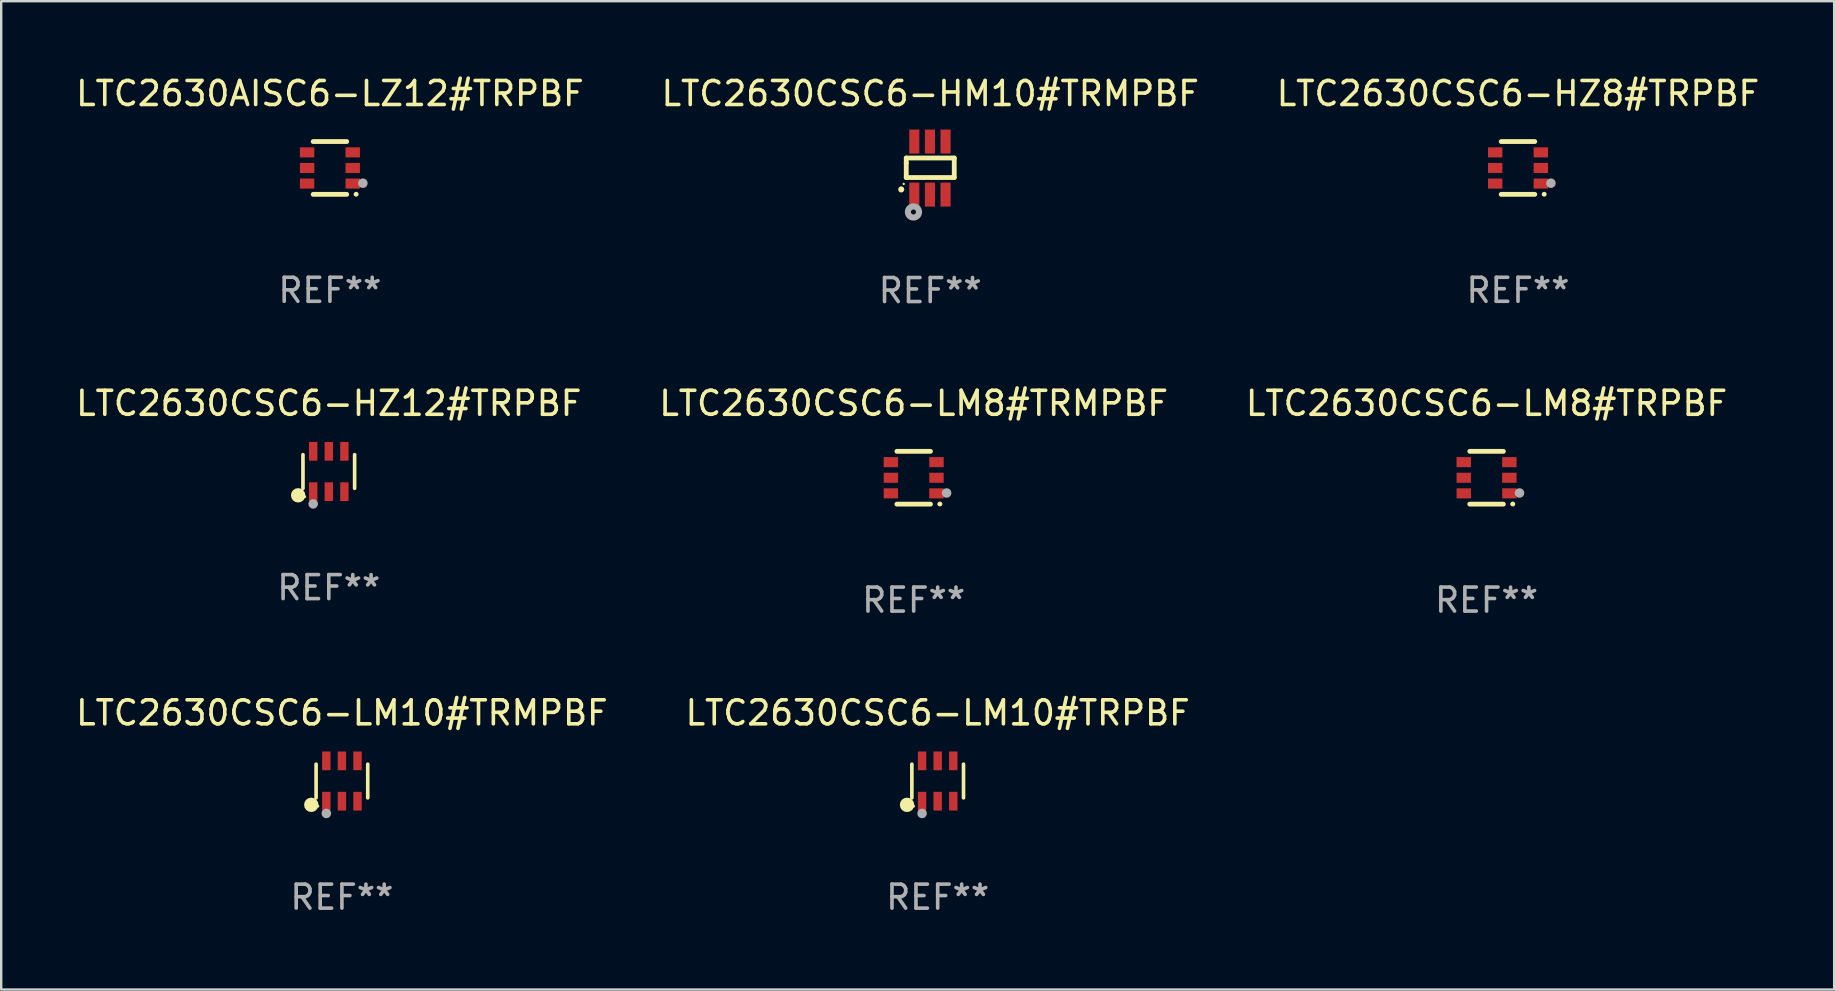
<source format=kicad_pcb>
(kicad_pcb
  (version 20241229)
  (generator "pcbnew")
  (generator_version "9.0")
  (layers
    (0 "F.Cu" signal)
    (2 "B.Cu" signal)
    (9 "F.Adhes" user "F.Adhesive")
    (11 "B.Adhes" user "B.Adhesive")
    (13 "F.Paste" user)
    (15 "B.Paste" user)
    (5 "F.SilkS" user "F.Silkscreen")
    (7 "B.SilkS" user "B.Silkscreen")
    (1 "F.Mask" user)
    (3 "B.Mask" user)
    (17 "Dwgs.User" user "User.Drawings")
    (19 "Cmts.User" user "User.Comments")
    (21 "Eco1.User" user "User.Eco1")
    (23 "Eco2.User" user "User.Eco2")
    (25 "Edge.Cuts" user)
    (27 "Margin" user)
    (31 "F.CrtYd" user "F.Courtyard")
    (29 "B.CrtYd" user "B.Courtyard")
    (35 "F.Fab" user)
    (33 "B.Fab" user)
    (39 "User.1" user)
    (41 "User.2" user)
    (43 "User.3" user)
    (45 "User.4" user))
  (footprint "LTC2630CSC6-HM10#TRMPBF"
    (layer "F.Cu")
    (at 35.708 3.953)
    (property "Reference" "LTC2630CSC6-HM10#TRMPBF" (at 0 -3.105 0) (layer "F.SilkS") (effects (font (size 1 1) (thickness 0.15))))
    (attr through_hole)
    (fp_line (start -1 -0.419) (end -1 -0.213) (stroke (width 0.2) (type solid)) (layer "F.SilkS"))
    (fp_line (start -1 -0.213) (end -1 0.393) (stroke (width 0.2) (type solid)) (layer "F.SilkS"))
    (fp_line (start -1 0.393) (end 1 0.393) (stroke (width 0.2) (type solid)) (layer "F.SilkS"))
    (fp_line (start 1 -0.419) (end -1 -0.419) (stroke (width 0.2) (type solid)) (layer "F.SilkS"))
    (fp_line (start 1 0.393) (end 1 -0.419) (stroke (width 0.2) (type solid)) (layer "F.SilkS"))
    (fp_arc (start -1.208509 0.890272) (mid -1.208515 0.889002) (end -1.208509 0.887732) (stroke (width 0.25) (type solid)) (layer "F.SilkS"))
    (fp_circle (center -1.105 0.66) (end -1.08 0.66) (stroke (width 0.05) (type solid)) (fill no) (layer "F.SilkS"))
    (fp_circle (center -0.699 1.829) (end -0.594 1.829) (stroke (width 0.254) (type solid)) (fill no) (layer "F.Fab"))
    (fp_text user "REF**" (at 0 5.105 0) (layer "F.Fab") (effects (font (size 1 1) (thickness 0.15))))
    (pad "1" smd rect (at -0.663 1.105) (size 0.42 1) (layers "F.Cu" "F.Mask" "F.Paste"))
    (pad "2" smd rect (at -0.013 1.105) (size 0.42 1) (layers "F.Cu" "F.Mask" "F.Paste"))
    (pad "3" smd rect (at 0.637 1.105) (size 0.42 1) (layers "F.Cu" "F.Mask" "F.Paste"))
    (pad "4" smd rect (at 0.637 -1.105 180) (size 0.42 1) (layers "F.Cu" "F.Mask" "F.Paste"))
    (pad "5" smd rect (at -0.013 -1.105 180) (size 0.42 1) (layers "F.Cu" "F.Mask" "F.Paste"))
    (pad "6" smd rect (at -0.663 -1.105 180) (size 0.42 1) (layers "F.Cu" "F.Mask" "F.Paste")))
  (footprint "LTC2630CSC6-LM10#TRMPBF"
    (layer "F.Cu")
    (at 11.196 29.491)
    (property "Reference" "LTC2630CSC6-LM10#TRMPBF" (at 0 -2.84 0) (layer "F.SilkS") (effects (font (size 1 1) (thickness 0.15))))
    (attr through_hole)
    (fp_line (start -1.076 0.701) (end -1.076 -0.701) (stroke (width 0.152) (type solid)) (layer "F.SilkS"))
    (fp_line (start 1.076 0.701) (end 1.076 -0.701) (stroke (width 0.152) (type solid)) (layer "F.SilkS"))
    (fp_circle (center -1.277 0.992) (end -1.127 0.992) (stroke (width 0.3) (type solid)) (fill no) (layer "F.SilkS"))
    (fp_circle (center -1 1.05) (end -0.97 1.05) (stroke (width 0.06) (type solid)) (fill no) (layer "F.SilkS"))
    (fp_circle (center -0.65 1.35) (end -0.55 1.35) (stroke (width 0.2) (type solid)) (fill no) (layer "F.Fab"))
    (fp_text user "REF**" (at 0 4.84 0) (layer "F.Fab") (effects (font (size 1 1) (thickness 0.15))))
    (pad "1" smd rect (at -0.65 0.84) (size 0.35 0.78) (layers "F.Cu" "F.Mask" "F.Paste"))
    (pad "2" smd rect (at 0 0.84) (size 0.35 0.78) (layers "F.Cu" "F.Mask" "F.Paste"))
    (pad "3" smd rect (at 0.65 0.84) (size 0.35 0.78) (layers "F.Cu" "F.Mask" "F.Paste"))
    (pad "4" smd rect (at 0.65 -0.84) (size 0.35 0.78) (layers "F.Cu" "F.Mask" "F.Paste"))
    (pad "5" smd rect (at 0 -0.84) (size 0.35 0.78) (layers "F.Cu" "F.Mask" "F.Paste"))
    (pad "6" smd rect (at -0.65 -0.84) (size 0.35 0.78) (layers "F.Cu" "F.Mask" "F.Paste")))
  (footprint "LTC2630AISC6-LZ12#TRPBF"
    (layer "F.Cu")
    (at 10.696 3.948)
    (property "Reference" "LTC2630AISC6-LZ12#TRPBF" (at 0 -3.1 0) (layer "F.SilkS") (effects (font (size 1 1) (thickness 0.15))))
    (attr through_hole)
    (fp_line (start -0.7 -1.1) (end 0.7 -1.1) (stroke (width 0.2) (type solid)) (layer "F.SilkS"))
    (fp_line (start -0.7 1.1) (end 0.7 1.1) (stroke (width 0.2) (type solid)) (layer "F.SilkS"))
    (fp_arc (start 1.090932 1.094209) (mid 1.092202 1.094203) (end 1.093472 1.094209) (stroke (width 0.2) (type solid)) (layer "F.SilkS"))
    (fp_circle (center 1.053 1.1) (end 1.083 1.1) (stroke (width 0.06) (type solid)) (fill no) (layer "F.SilkS"))
    (fp_circle (center 1.372 0.635) (end 1.472 0.635) (stroke (width 0.2) (type solid)) (fill no) (layer "F.Fab"))
    (fp_text user "REF**" (at 0 5.1 0) (layer "F.Fab") (effects (font (size 1 1) (thickness 0.15))))
    (pad "1" smd rect (at 0.95 0.65 90) (size 0.42 0.6) (layers "F.Cu" "F.Mask" "F.Paste"))
    (pad "2" smd rect (at 0.95 0 90) (size 0.42 0.6) (layers "F.Cu" "F.Mask" "F.Paste"))
    (pad "3" smd rect (at 0.95 -0.65 90) (size 0.42 0.6) (layers "F.Cu" "F.Mask" "F.Paste"))
    (pad "4" smd rect (at -0.95 -0.65 270) (size 0.42 0.6) (layers "F.Cu" "F.Mask" "F.Paste"))
    (pad "5" smd rect (at -0.95 0 270) (size 0.42 0.6) (layers "F.Cu" "F.Mask" "F.Paste"))
    (pad "6" smd rect (at -0.95 0.65 270) (size 0.42 0.6) (layers "F.Cu" "F.Mask" "F.Paste")))
  (footprint "LTC2630CSC6-LM8#TRPBF"
    (layer "F.Cu")
    (at 58.887 16.855)
    (property "Reference" "LTC2630CSC6-LM8#TRPBF" (at 0 -3.1 0) (layer "F.SilkS") (effects (font (size 1 1) (thickness 0.15))))
    (attr through_hole)
    (fp_line (start -0.7 -1.1) (end 0.7 -1.1) (stroke (width 0.2) (type solid)) (layer "F.SilkS"))
    (fp_line (start -0.7 1.1) (end 0.7 1.1) (stroke (width 0.2) (type solid)) (layer "F.SilkS"))
    (fp_arc (start 1.090932 1.094209) (mid 1.092202 1.094203) (end 1.093472 1.094209) (stroke (width 0.2) (type solid)) (layer "F.SilkS"))
    (fp_circle (center 1.053 1.1) (end 1.083 1.1) (stroke (width 0.06) (type solid)) (fill no) (layer "F.SilkS"))
    (fp_circle (center 1.372 0.635) (end 1.472 0.635) (stroke (width 0.2) (type solid)) (fill no) (layer "F.Fab"))
    (fp_text user "REF**" (at 0 5.1 0) (layer "F.Fab") (effects (font (size 1 1) (thickness 0.15))))
    (pad "1" smd rect (at 0.95 0.65 90) (size 0.42 0.6) (layers "F.Cu" "F.Mask" "F.Paste"))
    (pad "2" smd rect (at 0.95 0 90) (size 0.42 0.6) (layers "F.Cu" "F.Mask" "F.Paste"))
    (pad "3" smd rect (at 0.95 -0.65 90) (size 0.42 0.6) (layers "F.Cu" "F.Mask" "F.Paste"))
    (pad "4" smd rect (at -0.95 -0.65 270) (size 0.42 0.6) (layers "F.Cu" "F.Mask" "F.Paste"))
    (pad "5" smd rect (at -0.95 0 270) (size 0.42 0.6) (layers "F.Cu" "F.Mask" "F.Paste"))
    (pad "6" smd rect (at -0.95 0.65 270) (size 0.42 0.6) (layers "F.Cu" "F.Mask" "F.Paste")))
  (footprint "LTC2630CSC6-LM8#TRMPBF"
    (layer "F.Cu")
    (at 35.018 16.855)
    (property "Reference" "LTC2630CSC6-LM8#TRMPBF" (at 0 -3.1 0) (layer "F.SilkS") (effects (font (size 1 1) (thickness 0.15))))
    (attr through_hole)
    (fp_line (start -0.7 -1.1) (end 0.7 -1.1) (stroke (width 0.2) (type solid)) (layer "F.SilkS"))
    (fp_line (start -0.7 1.1) (end 0.7 1.1) (stroke (width 0.2) (type solid)) (layer "F.SilkS"))
    (fp_arc (start 1.090932 1.094209) (mid 1.092202 1.094203) (end 1.093472 1.094209) (stroke (width 0.2) (type solid)) (layer "F.SilkS"))
    (fp_circle (center 1.053 1.1) (end 1.083 1.1) (stroke (width 0.06) (type solid)) (fill no) (layer "F.SilkS"))
    (fp_circle (center 1.372 0.635) (end 1.472 0.635) (stroke (width 0.2) (type solid)) (fill no) (layer "F.Fab"))
    (fp_text user "REF**" (at 0 5.1 0) (layer "F.Fab") (effects (font (size 1 1) (thickness 0.15))))
    (pad "1" smd rect (at 0.95 0.65 90) (size 0.42 0.6) (layers "F.Cu" "F.Mask" "F.Paste"))
    (pad "2" smd rect (at 0.95 0 90) (size 0.42 0.6) (layers "F.Cu" "F.Mask" "F.Paste"))
    (pad "3" smd rect (at 0.95 -0.65 90) (size 0.42 0.6) (layers "F.Cu" "F.Mask" "F.Paste"))
    (pad "4" smd rect (at -0.95 -0.65 270) (size 0.42 0.6) (layers "F.Cu" "F.Mask" "F.Paste"))
    (pad "5" smd rect (at -0.95 0 270) (size 0.42 0.6) (layers "F.Cu" "F.Mask" "F.Paste"))
    (pad "6" smd rect (at -0.95 0.65 270) (size 0.42 0.6) (layers "F.Cu" "F.Mask" "F.Paste")))
  (footprint "LTC2630CSC6-HZ8#TRPBF"
    (layer "F.Cu")
    (at 60.196 3.948)
    (property "Reference" "LTC2630CSC6-HZ8#TRPBF" (at 0 -3.1 0) (layer "F.SilkS") (effects (font (size 1 1) (thickness 0.15))))
    (attr through_hole)
    (fp_line (start -0.7 -1.1) (end 0.7 -1.1) (stroke (width 0.2) (type solid)) (layer "F.SilkS"))
    (fp_line (start -0.7 1.1) (end 0.7 1.1) (stroke (width 0.2) (type solid)) (layer "F.SilkS"))
    (fp_arc (start 1.090932 1.094209) (mid 1.092202 1.094203) (end 1.093472 1.094209) (stroke (width 0.2) (type solid)) (layer "F.SilkS"))
    (fp_circle (center 1.053 1.1) (end 1.083 1.1) (stroke (width 0.06) (type solid)) (fill no) (layer "F.SilkS"))
    (fp_circle (center 1.372 0.635) (end 1.472 0.635) (stroke (width 0.2) (type solid)) (fill no) (layer "F.Fab"))
    (fp_text user "REF**" (at 0 5.1 0) (layer "F.Fab") (effects (font (size 1 1) (thickness 0.15))))
    (pad "1" smd rect (at 0.95 0.65 90) (size 0.42 0.6) (layers "F.Cu" "F.Mask" "F.Paste"))
    (pad "2" smd rect (at 0.95 0 90) (size 0.42 0.6) (layers "F.Cu" "F.Mask" "F.Paste"))
    (pad "3" smd rect (at 0.95 -0.65 90) (size 0.42 0.6) (layers "F.Cu" "F.Mask" "F.Paste"))
    (pad "4" smd rect (at -0.95 -0.65 270) (size 0.42 0.6) (layers "F.Cu" "F.Mask" "F.Paste"))
    (pad "5" smd rect (at -0.95 0 270) (size 0.42 0.6) (layers "F.Cu" "F.Mask" "F.Paste"))
    (pad "6" smd rect (at -0.95 0.65 270) (size 0.42 0.6) (layers "F.Cu" "F.Mask" "F.Paste")))
  (footprint "LTC2630CSC6-LM10#TRPBF"
    (layer "F.Cu")
    (at 36.018 29.491)
    (property "Reference" "LTC2630CSC6-LM10#TRPBF" (at 0 -2.84 0) (layer "F.SilkS") (effects (font (size 1 1) (thickness 0.15))))
    (attr through_hole)
    (fp_line (start -1.076 0.701) (end -1.076 -0.701) (stroke (width 0.152) (type solid)) (layer "F.SilkS"))
    (fp_line (start 1.076 0.701) (end 1.076 -0.701) (stroke (width 0.152) (type solid)) (layer "F.SilkS"))
    (fp_circle (center -1.277 0.992) (end -1.127 0.992) (stroke (width 0.3) (type solid)) (fill no) (layer "F.SilkS"))
    (fp_circle (center -1 1.05) (end -0.97 1.05) (stroke (width 0.06) (type solid)) (fill no) (layer "F.SilkS"))
    (fp_circle (center -0.65 1.35) (end -0.55 1.35) (stroke (width 0.2) (type solid)) (fill no) (layer "F.Fab"))
    (fp_text user "REF**" (at 0 4.84 0) (layer "F.Fab") (effects (font (size 1 1) (thickness 0.15))))
    (pad "1" smd rect (at -0.65 0.84) (size 0.35 0.78) (layers "F.Cu" "F.Mask" "F.Paste"))
    (pad "2" smd rect (at 0 0.84) (size 0.35 0.78) (layers "F.Cu" "F.Mask" "F.Paste"))
    (pad "3" smd rect (at 0.65 0.84) (size 0.35 0.78) (layers "F.Cu" "F.Mask" "F.Paste"))
    (pad "4" smd rect (at 0.65 -0.84) (size 0.35 0.78) (layers "F.Cu" "F.Mask" "F.Paste"))
    (pad "5" smd rect (at 0 -0.84) (size 0.35 0.78) (layers "F.Cu" "F.Mask" "F.Paste"))
    (pad "6" smd rect (at -0.65 -0.84) (size 0.35 0.78) (layers "F.Cu" "F.Mask" "F.Paste")))
  (footprint "LTC2630CSC6-HZ12#TRPBF"
    (layer "F.Cu")
    (at 10.649 16.595)
    (property "Reference" "LTC2630CSC6-HZ12#TRPBF" (at 0 -2.84 0) (layer "F.SilkS") (effects (font (size 1 1) (thickness 0.15))))
    (attr through_hole)
    (fp_line (start -1.076 0.701) (end -1.076 -0.701) (stroke (width 0.152) (type solid)) (layer "F.SilkS"))
    (fp_line (start 1.076 0.701) (end 1.076 -0.701) (stroke (width 0.152) (type solid)) (layer "F.SilkS"))
    (fp_circle (center -1.277 0.992) (end -1.127 0.992) (stroke (width 0.3) (type solid)) (fill no) (layer "F.SilkS"))
    (fp_circle (center -1 1.05) (end -0.97 1.05) (stroke (width 0.06) (type solid)) (fill no) (layer "F.SilkS"))
    (fp_circle (center -0.65 1.35) (end -0.55 1.35) (stroke (width 0.2) (type solid)) (fill no) (layer "F.Fab"))
    (fp_text user "REF**" (at 0 4.84 0) (layer "F.Fab") (effects (font (size 1 1) (thickness 0.15))))
    (pad "1" smd rect (at -0.65 0.84) (size 0.35 0.78) (layers "F.Cu" "F.Mask" "F.Paste"))
    (pad "2" smd rect (at 0 0.84) (size 0.35 0.78) (layers "F.Cu" "F.Mask" "F.Paste"))
    (pad "3" smd rect (at 0.65 0.84) (size 0.35 0.78) (layers "F.Cu" "F.Mask" "F.Paste"))
    (pad "4" smd rect (at 0.65 -0.84) (size 0.35 0.78) (layers "F.Cu" "F.Mask" "F.Paste"))
    (pad "5" smd rect (at 0 -0.84) (size 0.35 0.78) (layers "F.Cu" "F.Mask" "F.Paste"))
    (pad "6" smd rect (at -0.65 -0.84) (size 0.35 0.78) (layers "F.Cu" "F.Mask" "F.Paste")))
  (gr_rect
    (start -3 -3)
    (end 73.369 38.179)
    (stroke (width 0.1) (type default))
    (fill no)
    (layer "Edge.Cuts")))
</source>
